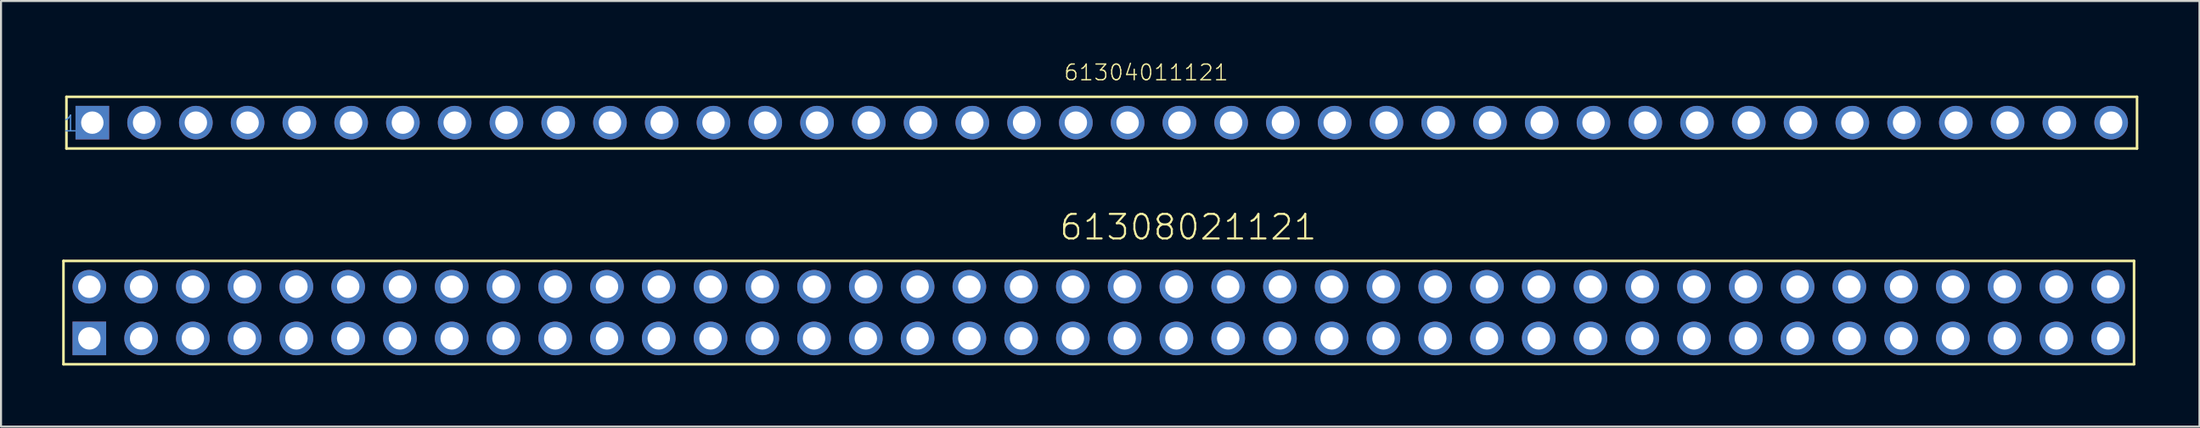
<source format=kicad_pcb>
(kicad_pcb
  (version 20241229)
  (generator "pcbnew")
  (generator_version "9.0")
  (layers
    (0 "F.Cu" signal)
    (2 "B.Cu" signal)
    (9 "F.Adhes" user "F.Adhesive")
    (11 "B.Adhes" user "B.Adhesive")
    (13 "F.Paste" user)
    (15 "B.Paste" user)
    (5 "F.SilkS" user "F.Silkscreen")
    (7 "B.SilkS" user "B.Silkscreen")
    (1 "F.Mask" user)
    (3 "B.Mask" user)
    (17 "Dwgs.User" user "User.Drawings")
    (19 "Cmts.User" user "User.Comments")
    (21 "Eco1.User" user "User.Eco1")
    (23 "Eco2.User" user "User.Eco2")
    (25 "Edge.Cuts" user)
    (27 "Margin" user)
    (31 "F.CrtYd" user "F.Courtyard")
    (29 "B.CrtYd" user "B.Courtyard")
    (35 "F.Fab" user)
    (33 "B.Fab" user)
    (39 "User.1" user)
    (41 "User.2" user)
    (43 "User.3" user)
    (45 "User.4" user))
  (footprint "61304011121"
    (layer "F.Cu")
    (at 51.01 2.979)
    (property "Reference" "61304011121" (at -1.905 -2.012 0) (layer "F.SilkS") (effects (font (size 0.772 0.772) (thickness 0.065)) (justify left bottom)))
    (attr through_hole)
    (fp_line (start -50.8 -1.27) (end -50.8 1.27) (stroke (width 0.127) (type solid)) (layer "F.SilkS"))
    (fp_line (start -50.8 1.27) (end 50.8 1.27) (stroke (width 0.127) (type solid)) (layer "F.SilkS"))
    (fp_line (start 50.8 -1.27) (end -50.8 -1.27) (stroke (width 0.127) (type solid)) (layer "F.SilkS"))
    (fp_line (start 50.8 1.27) (end 50.8 -1.27) (stroke (width 0.127) (type solid)) (layer "F.SilkS"))
    (fp_text user "1" (at -51.01 0.5 0) (layer "Cmts.User") (effects (font (size 0.772 0.772) (thickness 0.065)) (justify left bottom)))
    (pad "1" thru_hole rect (at -49.53 0) (size 1.65 1.65) (drill 1.1) (layers "*.Cu" "*.Mask"))
    (pad "2" thru_hole circle (at -46.99 0) (size 1.65 1.65) (drill 1.1) (layers "*.Cu" "*.Mask"))
    (pad "3" thru_hole circle (at -44.45 0) (size 1.65 1.65) (drill 1.1) (layers "*.Cu" "*.Mask"))
    (pad "4" thru_hole circle (at -41.91 0) (size 1.65 1.65) (drill 1.1) (layers "*.Cu" "*.Mask"))
    (pad "5" thru_hole circle (at -39.37 0) (size 1.65 1.65) (drill 1.1) (layers "*.Cu" "*.Mask"))
    (pad "6" thru_hole circle (at -36.83 0) (size 1.65 1.65) (drill 1.1) (layers "*.Cu" "*.Mask"))
    (pad "7" thru_hole circle (at -34.29 0) (size 1.65 1.65) (drill 1.1) (layers "*.Cu" "*.Mask"))
    (pad "8" thru_hole circle (at -31.75 0) (size 1.65 1.65) (drill 1.1) (layers "*.Cu" "*.Mask"))
    (pad "9" thru_hole circle (at -29.21 0) (size 1.65 1.65) (drill 1.1) (layers "*.Cu" "*.Mask"))
    (pad "10" thru_hole circle (at -26.67 0) (size 1.65 1.65) (drill 1.1) (layers "*.Cu" "*.Mask"))
    (pad "11" thru_hole circle (at -24.13 0) (size 1.65 1.65) (drill 1.1) (layers "*.Cu" "*.Mask"))
    (pad "12" thru_hole circle (at -21.59 0) (size 1.65 1.65) (drill 1.1) (layers "*.Cu" "*.Mask"))
    (pad "13" thru_hole circle (at -19.05 0) (size 1.65 1.65) (drill 1.1) (layers "*.Cu" "*.Mask"))
    (pad "14" thru_hole circle (at -16.51 0) (size 1.65 1.65) (drill 1.1) (layers "*.Cu" "*.Mask"))
    (pad "15" thru_hole circle (at -13.97 0) (size 1.65 1.65) (drill 1.1) (layers "*.Cu" "*.Mask"))
    (pad "16" thru_hole circle (at -11.43 0) (size 1.65 1.65) (drill 1.1) (layers "*.Cu" "*.Mask"))
    (pad "17" thru_hole circle (at -8.89 0) (size 1.65 1.65) (drill 1.1) (layers "*.Cu" "*.Mask"))
    (pad "18" thru_hole circle (at -6.35 0) (size 1.65 1.65) (drill 1.1) (layers "*.Cu" "*.Mask"))
    (pad "19" thru_hole circle (at -3.81 0) (size 1.65 1.65) (drill 1.1) (layers "*.Cu" "*.Mask"))
    (pad "20" thru_hole circle (at -1.27 0) (size 1.65 1.65) (drill 1.1) (layers "*.Cu" "*.Mask"))
    (pad "21" thru_hole circle (at 1.27 0) (size 1.65 1.65) (drill 1.1) (layers "*.Cu" "*.Mask"))
    (pad "22" thru_hole circle (at 3.81 0) (size 1.65 1.65) (drill 1.1) (layers "*.Cu" "*.Mask"))
    (pad "23" thru_hole circle (at 6.35 0) (size 1.65 1.65) (drill 1.1) (layers "*.Cu" "*.Mask"))
    (pad "24" thru_hole circle (at 8.89 0) (size 1.65 1.65) (drill 1.1) (layers "*.Cu" "*.Mask"))
    (pad "25" thru_hole circle (at 11.43 0) (size 1.65 1.65) (drill 1.1) (layers "*.Cu" "*.Mask"))
    (pad "26" thru_hole circle (at 13.97 0) (size 1.65 1.65) (drill 1.1) (layers "*.Cu" "*.Mask"))
    (pad "27" thru_hole circle (at 16.51 0) (size 1.65 1.65) (drill 1.1) (layers "*.Cu" "*.Mask"))
    (pad "28" thru_hole circle (at 19.05 0) (size 1.65 1.65) (drill 1.1) (layers "*.Cu" "*.Mask"))
    (pad "29" thru_hole circle (at 21.59 0) (size 1.65 1.65) (drill 1.1) (layers "*.Cu" "*.Mask"))
    (pad "30" thru_hole circle (at 24.13 0) (size 1.65 1.65) (drill 1.1) (layers "*.Cu" "*.Mask"))
    (pad "31" thru_hole circle (at 26.67 0) (size 1.65 1.65) (drill 1.1) (layers "*.Cu" "*.Mask"))
    (pad "32" thru_hole circle (at 29.21 0) (size 1.65 1.65) (drill 1.1) (layers "*.Cu" "*.Mask"))
    (pad "33" thru_hole circle (at 31.75 0) (size 1.65 1.65) (drill 1.1) (layers "*.Cu" "*.Mask"))
    (pad "34" thru_hole circle (at 34.29 0) (size 1.65 1.65) (drill 1.1) (layers "*.Cu" "*.Mask"))
    (pad "35" thru_hole circle (at 36.83 0) (size 1.65 1.65) (drill 1.1) (layers "*.Cu" "*.Mask"))
    (pad "36" thru_hole circle (at 39.37 0) (size 1.65 1.65) (drill 1.1) (layers "*.Cu" "*.Mask"))
    (pad "37" thru_hole circle (at 41.91 0) (size 1.65 1.65) (drill 1.1) (layers "*.Cu" "*.Mask"))
    (pad "38" thru_hole circle (at 44.45 0) (size 1.65 1.65) (drill 1.1) (layers "*.Cu" "*.Mask"))
    (pad "39" thru_hole circle (at 46.99 0) (size 1.65 1.65) (drill 1.1) (layers "*.Cu" "*.Mask"))
    (pad "40" thru_hole circle (at 49.53 0) (size 1.65 1.65) (drill 1.1) (layers "*.Cu" "*.Mask")))
  (footprint "61308021121"
    (layer "F.Cu")
    (at 50.864 12.316)
    (property "Reference" "61308021121" (at -1.995 -3.492 0) (layer "F.SilkS") (effects (font (size 1.206 1.206) (thickness 0.102)) (justify left bottom)))
    (attr through_hole)
    (fp_line (start -50.8 -2.54) (end -50.8 2.54) (stroke (width 0.127) (type solid)) (layer "F.SilkS"))
    (fp_line (start -50.8 2.54) (end 50.8 2.54) (stroke (width 0.127) (type solid)) (layer "F.SilkS"))
    (fp_line (start 50.8 -2.54) (end -50.8 -2.54) (stroke (width 0.127) (type solid)) (layer "F.SilkS"))
    (fp_line (start 50.8 2.54) (end 50.8 -2.54) (stroke (width 0.127) (type solid)) (layer "F.SilkS"))
    (pad "1" thru_hole rect (at -49.53 1.27 180) (size 1.65 1.65) (drill 1.1) (layers "*.Cu" "*.Mask"))
    (pad "2" thru_hole circle (at -46.99 1.27 180) (size 1.65 1.65) (drill 1.1) (layers "*.Cu" "*.Mask"))
    (pad "3" thru_hole circle (at -44.45 1.27 180) (size 1.65 1.65) (drill 1.1) (layers "*.Cu" "*.Mask"))
    (pad "4" thru_hole circle (at -41.91 1.27 180) (size 1.65 1.65) (drill 1.1) (layers "*.Cu" "*.Mask"))
    (pad "5" thru_hole circle (at -39.37 1.27 180) (size 1.65 1.65) (drill 1.1) (layers "*.Cu" "*.Mask"))
    (pad "6" thru_hole circle (at -36.83 1.27 180) (size 1.65 1.65) (drill 1.1) (layers "*.Cu" "*.Mask"))
    (pad "7" thru_hole circle (at -34.29 1.27 180) (size 1.65 1.65) (drill 1.1) (layers "*.Cu" "*.Mask"))
    (pad "8" thru_hole circle (at -31.75 1.27 180) (size 1.65 1.65) (drill 1.1) (layers "*.Cu" "*.Mask"))
    (pad "9" thru_hole circle (at -29.21 1.27 180) (size 1.65 1.65) (drill 1.1) (layers "*.Cu" "*.Mask"))
    (pad "10" thru_hole circle (at -26.67 1.27 180) (size 1.65 1.65) (drill 1.1) (layers "*.Cu" "*.Mask"))
    (pad "11" thru_hole circle (at -24.13 1.27 180) (size 1.65 1.65) (drill 1.1) (layers "*.Cu" "*.Mask"))
    (pad "12" thru_hole circle (at -21.59 1.27 180) (size 1.65 1.65) (drill 1.1) (layers "*.Cu" "*.Mask"))
    (pad "13" thru_hole circle (at -19.05 1.27 180) (size 1.65 1.65) (drill 1.1) (layers "*.Cu" "*.Mask"))
    (pad "14" thru_hole circle (at -16.51 1.27 180) (size 1.65 1.65) (drill 1.1) (layers "*.Cu" "*.Mask"))
    (pad "15" thru_hole circle (at -13.97 1.27 180) (size 1.65 1.65) (drill 1.1) (layers "*.Cu" "*.Mask"))
    (pad "16" thru_hole circle (at -11.43 1.27 180) (size 1.65 1.65) (drill 1.1) (layers "*.Cu" "*.Mask"))
    (pad "17" thru_hole circle (at -8.89 1.27 180) (size 1.65 1.65) (drill 1.1) (layers "*.Cu" "*.Mask"))
    (pad "18" thru_hole circle (at -6.35 1.27 180) (size 1.65 1.65) (drill 1.1) (layers "*.Cu" "*.Mask"))
    (pad "19" thru_hole circle (at -3.81 1.27 180) (size 1.65 1.65) (drill 1.1) (layers "*.Cu" "*.Mask"))
    (pad "20" thru_hole circle (at -1.27 1.27 180) (size 1.65 1.65) (drill 1.1) (layers "*.Cu" "*.Mask"))
    (pad "21" thru_hole circle (at 1.27 1.27 180) (size 1.65 1.65) (drill 1.1) (layers "*.Cu" "*.Mask"))
    (pad "22" thru_hole circle (at 3.81 1.27 180) (size 1.65 1.65) (drill 1.1) (layers "*.Cu" "*.Mask"))
    (pad "23" thru_hole circle (at 6.35 1.27 180) (size 1.65 1.65) (drill 1.1) (layers "*.Cu" "*.Mask"))
    (pad "24" thru_hole circle (at 8.89 1.27 180) (size 1.65 1.65) (drill 1.1) (layers "*.Cu" "*.Mask"))
    (pad "25" thru_hole circle (at 11.43 1.27 180) (size 1.65 1.65) (drill 1.1) (layers "*.Cu" "*.Mask"))
    (pad "26" thru_hole circle (at 13.97 1.27 180) (size 1.65 1.65) (drill 1.1) (layers "*.Cu" "*.Mask"))
    (pad "27" thru_hole circle (at 16.51 1.27 180) (size 1.65 1.65) (drill 1.1) (layers "*.Cu" "*.Mask"))
    (pad "28" thru_hole circle (at 19.05 1.27 180) (size 1.65 1.65) (drill 1.1) (layers "*.Cu" "*.Mask"))
    (pad "29" thru_hole circle (at 21.59 1.27 180) (size 1.65 1.65) (drill 1.1) (layers "*.Cu" "*.Mask"))
    (pad "30" thru_hole circle (at 24.13 1.27 180) (size 1.65 1.65) (drill 1.1) (layers "*.Cu" "*.Mask"))
    (pad "31" thru_hole circle (at 26.67 1.27 180) (size 1.65 1.65) (drill 1.1) (layers "*.Cu" "*.Mask"))
    (pad "32" thru_hole circle (at 29.21 1.27 180) (size 1.65 1.65) (drill 1.1) (layers "*.Cu" "*.Mask"))
    (pad "33" thru_hole circle (at 31.75 1.27 180) (size 1.65 1.65) (drill 1.1) (layers "*.Cu" "*.Mask"))
    (pad "34" thru_hole circle (at 34.29 1.27 180) (size 1.65 1.65) (drill 1.1) (layers "*.Cu" "*.Mask"))
    (pad "35" thru_hole circle (at 36.83 1.27 180) (size 1.65 1.65) (drill 1.1) (layers "*.Cu" "*.Mask"))
    (pad "36" thru_hole circle (at 39.37 1.27 180) (size 1.65 1.65) (drill 1.1) (layers "*.Cu" "*.Mask"))
    (pad "37" thru_hole circle (at 41.91 1.27 180) (size 1.65 1.65) (drill 1.1) (layers "*.Cu" "*.Mask"))
    (pad "38" thru_hole circle (at 44.45 1.27 180) (size 1.65 1.65) (drill 1.1) (layers "*.Cu" "*.Mask"))
    (pad "39" thru_hole circle (at 46.99 1.27 180) (size 1.65 1.65) (drill 1.1) (layers "*.Cu" "*.Mask"))
    (pad "40" thru_hole circle (at 49.53 1.27 180) (size 1.65 1.65) (drill 1.1) (layers "*.Cu" "*.Mask"))
    (pad "41" thru_hole circle (at 49.53 -1.27) (size 1.65 1.65) (drill 1.1) (layers "*.Cu" "*.Mask"))
    (pad "42" thru_hole circle (at 46.99 -1.27) (size 1.65 1.65) (drill 1.1) (layers "*.Cu" "*.Mask"))
    (pad "43" thru_hole circle (at 44.45 -1.27) (size 1.65 1.65) (drill 1.1) (layers "*.Cu" "*.Mask"))
    (pad "44" thru_hole circle (at 41.91 -1.27) (size 1.65 1.65) (drill 1.1) (layers "*.Cu" "*.Mask"))
    (pad "45" thru_hole circle (at 39.37 -1.27) (size 1.65 1.65) (drill 1.1) (layers "*.Cu" "*.Mask"))
    (pad "46" thru_hole circle (at 36.83 -1.27) (size 1.65 1.65) (drill 1.1) (layers "*.Cu" "*.Mask"))
    (pad "47" thru_hole circle (at 34.29 -1.27) (size 1.65 1.65) (drill 1.1) (layers "*.Cu" "*.Mask"))
    (pad "48" thru_hole circle (at 31.75 -1.27) (size 1.65 1.65) (drill 1.1) (layers "*.Cu" "*.Mask"))
    (pad "49" thru_hole circle (at 29.21 -1.27) (size 1.65 1.65) (drill 1.1) (layers "*.Cu" "*.Mask"))
    (pad "50" thru_hole circle (at 26.67 -1.27) (size 1.65 1.65) (drill 1.1) (layers "*.Cu" "*.Mask"))
    (pad "51" thru_hole circle (at 24.13 -1.27) (size 1.65 1.65) (drill 1.1) (layers "*.Cu" "*.Mask"))
    (pad "52" thru_hole circle (at 21.59 -1.27) (size 1.65 1.65) (drill 1.1) (layers "*.Cu" "*.Mask"))
    (pad "53" thru_hole circle (at 19.05 -1.27) (size 1.65 1.65) (drill 1.1) (layers "*.Cu" "*.Mask"))
    (pad "54" thru_hole circle (at 16.51 -1.27) (size 1.65 1.65) (drill 1.1) (layers "*.Cu" "*.Mask"))
    (pad "55" thru_hole circle (at 13.97 -1.27) (size 1.65 1.65) (drill 1.1) (layers "*.Cu" "*.Mask"))
    (pad "56" thru_hole circle (at 11.43 -1.27) (size 1.65 1.65) (drill 1.1) (layers "*.Cu" "*.Mask"))
    (pad "57" thru_hole circle (at 8.89 -1.27) (size 1.65 1.65) (drill 1.1) (layers "*.Cu" "*.Mask"))
    (pad "58" thru_hole circle (at 6.35 -1.27) (size 1.65 1.65) (drill 1.1) (layers "*.Cu" "*.Mask"))
    (pad "59" thru_hole circle (at 3.81 -1.27) (size 1.65 1.65) (drill 1.1) (layers "*.Cu" "*.Mask"))
    (pad "60" thru_hole circle (at 1.27 -1.27) (size 1.65 1.65) (drill 1.1) (layers "*.Cu" "*.Mask"))
    (pad "61" thru_hole circle (at -1.27 -1.27) (size 1.65 1.65) (drill 1.1) (layers "*.Cu" "*.Mask"))
    (pad "62" thru_hole circle (at -3.81 -1.27) (size 1.65 1.65) (drill 1.1) (layers "*.Cu" "*.Mask"))
    (pad "63" thru_hole circle (at -6.35 -1.27) (size 1.65 1.65) (drill 1.1) (layers "*.Cu" "*.Mask"))
    (pad "64" thru_hole circle (at -8.89 -1.27) (size 1.65 1.65) (drill 1.1) (layers "*.Cu" "*.Mask"))
    (pad "65" thru_hole circle (at -11.43 -1.27) (size 1.65 1.65) (drill 1.1) (layers "*.Cu" "*.Mask"))
    (pad "66" thru_hole circle (at -13.97 -1.27) (size 1.65 1.65) (drill 1.1) (layers "*.Cu" "*.Mask"))
    (pad "67" thru_hole circle (at -16.51 -1.27) (size 1.65 1.65) (drill 1.1) (layers "*.Cu" "*.Mask"))
    (pad "68" thru_hole circle (at -19.05 -1.27) (size 1.65 1.65) (drill 1.1) (layers "*.Cu" "*.Mask"))
    (pad "69" thru_hole circle (at -21.59 -1.27) (size 1.65 1.65) (drill 1.1) (layers "*.Cu" "*.Mask"))
    (pad "70" thru_hole circle (at -24.13 -1.27) (size 1.65 1.65) (drill 1.1) (layers "*.Cu" "*.Mask"))
    (pad "71" thru_hole circle (at -26.67 -1.27) (size 1.65 1.65) (drill 1.1) (layers "*.Cu" "*.Mask"))
    (pad "72" thru_hole circle (at -29.21 -1.27) (size 1.65 1.65) (drill 1.1) (layers "*.Cu" "*.Mask"))
    (pad "73" thru_hole circle (at -31.75 -1.27) (size 1.65 1.65) (drill 1.1) (layers "*.Cu" "*.Mask"))
    (pad "74" thru_hole circle (at -34.29 -1.27) (size 1.65 1.65) (drill 1.1) (layers "*.Cu" "*.Mask"))
    (pad "75" thru_hole circle (at -36.83 -1.27) (size 1.65 1.65) (drill 1.1) (layers "*.Cu" "*.Mask"))
    (pad "76" thru_hole circle (at -39.37 -1.27) (size 1.65 1.65) (drill 1.1) (layers "*.Cu" "*.Mask"))
    (pad "77" thru_hole circle (at -41.91 -1.27) (size 1.65 1.65) (drill 1.1) (layers "*.Cu" "*.Mask"))
    (pad "78" thru_hole circle (at -44.45 -1.27) (size 1.65 1.65) (drill 1.1) (layers "*.Cu" "*.Mask"))
    (pad "79" thru_hole circle (at -46.99 -1.27) (size 1.65 1.65) (drill 1.1) (layers "*.Cu" "*.Mask"))
    (pad "80" thru_hole circle (at -49.53 -1.27) (size 1.65 1.65) (drill 1.1) (layers "*.Cu" "*.Mask")))
  (gr_rect
    (start -3 -3)
    (end 104.874 17.92)
    (stroke (width 0.1) (type default))
    (fill no)
    (layer "Edge.Cuts")))
</source>
